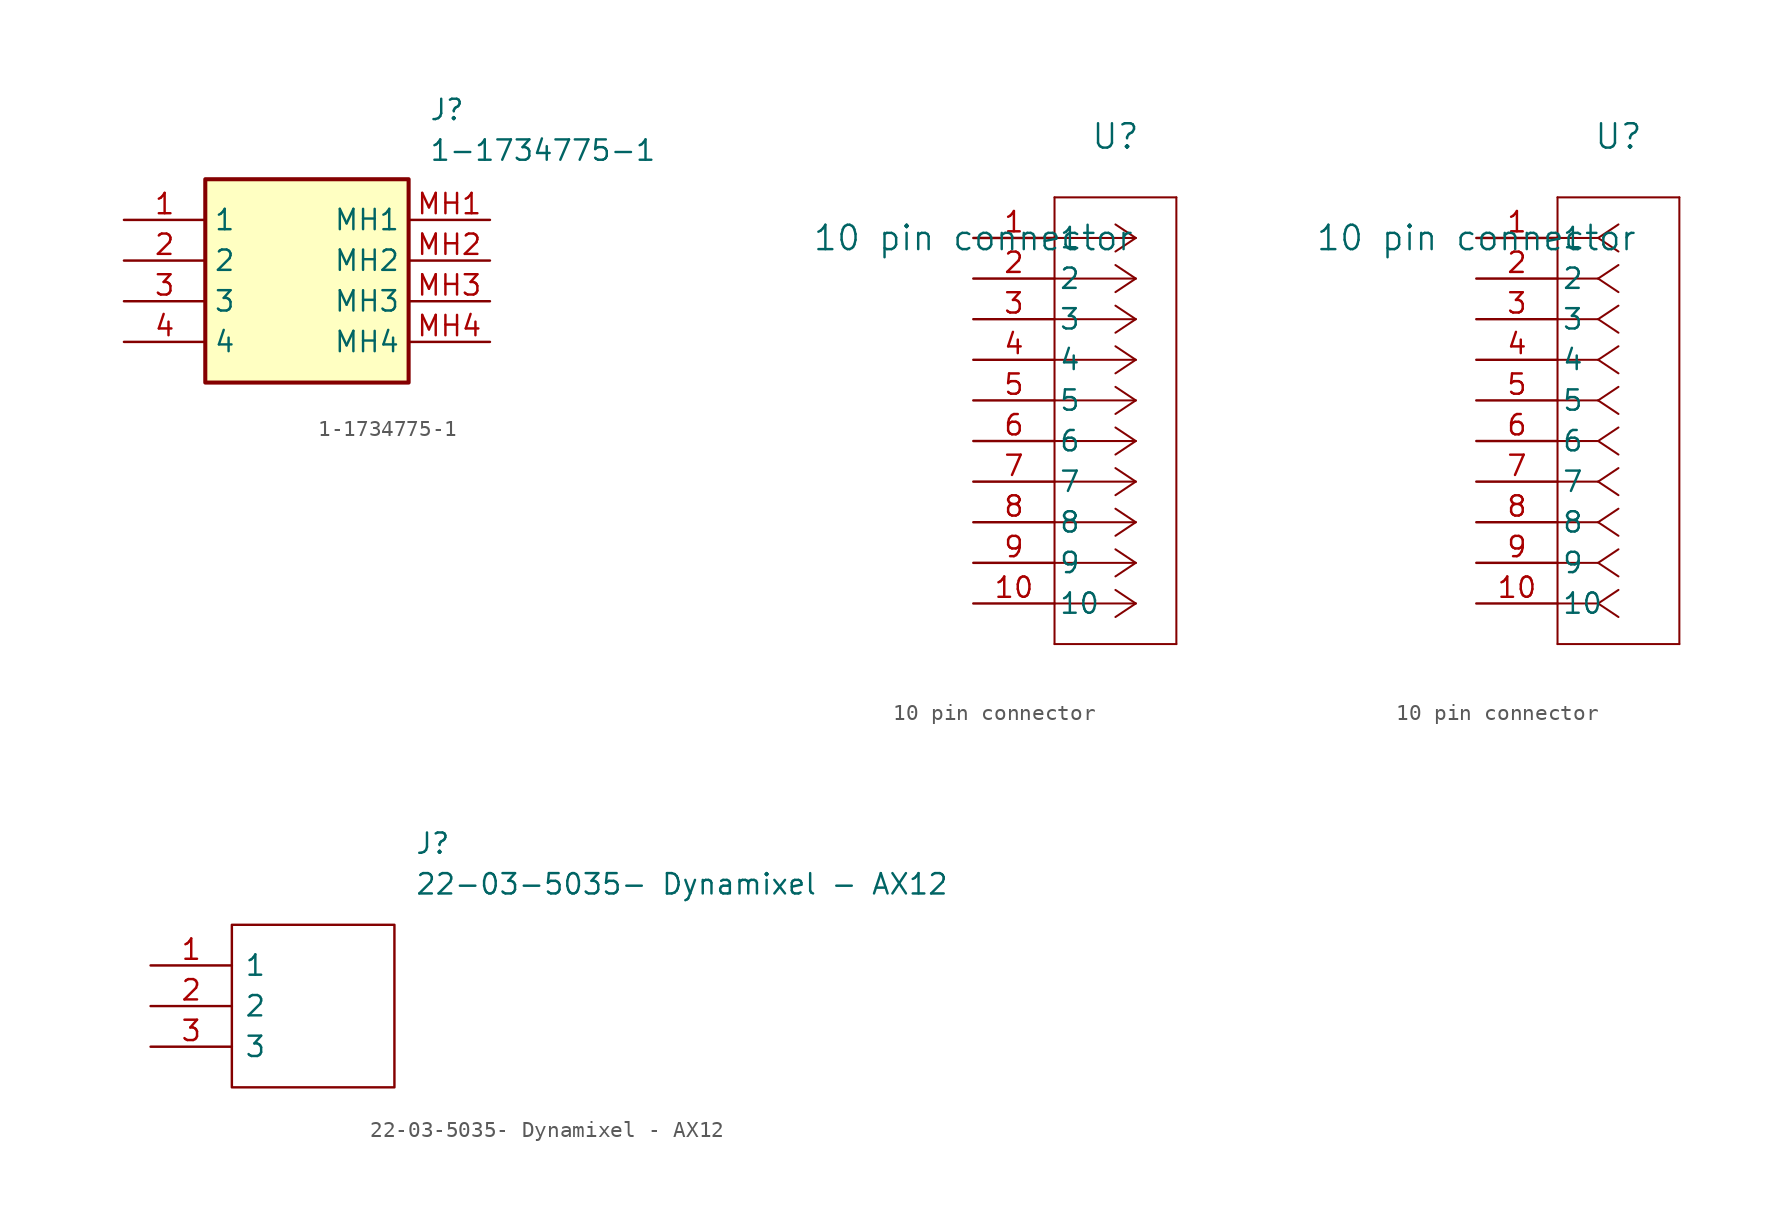
<source format=kicad_sym>
(kicad_symbol_lib
  (version 20231120)
  (generator "kicad_symbol_editor")
  (generator_version "8.0")
  (symbol "1-1734775-1"
    (property "Reference" "J"
      (at 19.05 7.62 0)
      (effects (font (size 1.27 1.27)) (justify left top)))
    (property "Value" "1-1734775-1"
      (at 19.05 5.08 0)
      (effects (font (size 1.27 1.27)) (justify left top)))
    (symbol "1-1734775-1_1_1"
      (rectangle (start 5.08 2.54) (end 17.78 -10.16) (stroke (width 0.254) (type default)) (fill (type background)))
      (pin passive line (at 0 0 0) (length 5.08) (name "1" (effects (font (size 1.27 1.27)))) (number "1" (effects (font (size 1.27 1.27)))))
      (pin passive line (at 0 -2.54 0) (length 5.08) (name "2" (effects (font (size 1.27 1.27)))) (number "2" (effects (font (size 1.27 1.27)))))
      (pin passive line (at 0 -5.08 0) (length 5.08) (name "3" (effects (font (size 1.27 1.27)))) (number "3" (effects (font (size 1.27 1.27)))))
      (pin passive line (at 0 -7.62 0) (length 5.08) (name "4" (effects (font (size 1.27 1.27)))) (number "4" (effects (font (size 1.27 1.27)))))
      (pin passive line (at 22.86 0 180) (length 5.08) (name "MH1" (effects (font (size 1.27 1.27)))) (number "MH1" (effects (font (size 1.27 1.27)))))
      (pin passive line (at 22.86 -2.54 180) (length 5.08) (name "MH2" (effects (font (size 1.27 1.27)))) (number "MH2" (effects (font (size 1.27 1.27)))))
      (pin passive line (at 22.86 -5.08 180) (length 5.08) (name "MH3" (effects (font (size 1.27 1.27)))) (number "MH3" (effects (font (size 1.27 1.27)))))
      (pin passive line (at 22.86 -7.62 180) (length 5.08) (name "MH4" (effects (font (size 1.27 1.27)))) (number "MH4" (effects (font (size 1.27 1.27)))))))
  (symbol "10 pin connector"
    (pin_names
      (offset 0.254))
    (property "Reference" "U"
      (at 8.89 6.35 0)
      (effects (font (size 1.524 1.524))))
    (property "Value" "10 pin connector"
      (at 0 0 0)
      (effects (font (size 1.524 1.524))))
    (property "ki_locked" ""
      (at 0 0 0)
      (effects (font (size 1.27 1.27))))
    (symbol "10 pin connector_1_1"
      (polyline (pts (xy 5.08 -25.4) (xy 12.7 -25.4)) (stroke (width 0.127) (type default)) (fill (type none)))
      (polyline (pts (xy 5.08 2.54) (xy 5.08 -25.4)) (stroke (width 0.127) (type default)) (fill (type none)))
      (polyline (pts (xy 10.16 -22.86) (xy 5.08 -22.86)) (stroke (width 0.127) (type default)) (fill (type none)))
      (polyline (pts (xy 10.16 -22.86) (xy 8.89 -23.707)) (stroke (width 0.127) (type default)) (fill (type none)))
      (polyline (pts (xy 10.16 -22.86) (xy 8.89 -22.013)) (stroke (width 0.127) (type default)) (fill (type none)))
      (polyline (pts (xy 10.16 -20.32) (xy 5.08 -20.32)) (stroke (width 0.127) (type default)) (fill (type none)))
      (polyline (pts (xy 10.16 -20.32) (xy 8.89 -21.167)) (stroke (width 0.127) (type default)) (fill (type none)))
      (polyline (pts (xy 10.16 -20.32) (xy 8.89 -19.473)) (stroke (width 0.127) (type default)) (fill (type none)))
      (polyline (pts (xy 10.16 -17.78) (xy 5.08 -17.78)) (stroke (width 0.127) (type default)) (fill (type none)))
      (polyline (pts (xy 10.16 -17.78) (xy 8.89 -18.627)) (stroke (width 0.127) (type default)) (fill (type none)))
      (polyline (pts (xy 10.16 -17.78) (xy 8.89 -16.933)) (stroke (width 0.127) (type default)) (fill (type none)))
      (polyline (pts (xy 10.16 -15.24) (xy 5.08 -15.24)) (stroke (width 0.127) (type default)) (fill (type none)))
      (polyline (pts (xy 10.16 -15.24) (xy 8.89 -16.087)) (stroke (width 0.127) (type default)) (fill (type none)))
      (polyline (pts (xy 10.16 -15.24) (xy 8.89 -14.393)) (stroke (width 0.127) (type default)) (fill (type none)))
      (polyline (pts (xy 10.16 -12.7) (xy 5.08 -12.7)) (stroke (width 0.127) (type default)) (fill (type none)))
      (polyline (pts (xy 10.16 -12.7) (xy 8.89 -13.547)) (stroke (width 0.127) (type default)) (fill (type none)))
      (polyline (pts (xy 10.16 -12.7) (xy 8.89 -11.853)) (stroke (width 0.127) (type default)) (fill (type none)))
      (polyline (pts (xy 10.16 -10.16) (xy 5.08 -10.16)) (stroke (width 0.127) (type default)) (fill (type none)))
      (polyline (pts (xy 10.16 -10.16) (xy 8.89 -11.007)) (stroke (width 0.127) (type default)) (fill (type none)))
      (polyline (pts (xy 10.16 -10.16) (xy 8.89 -9.313)) (stroke (width 0.127) (type default)) (fill (type none)))
      (polyline (pts (xy 10.16 -7.62) (xy 5.08 -7.62)) (stroke (width 0.127) (type default)) (fill (type none)))
      (polyline (pts (xy 10.16 -7.62) (xy 8.89 -8.467)) (stroke (width 0.127) (type default)) (fill (type none)))
      (polyline (pts (xy 10.16 -7.62) (xy 8.89 -6.773)) (stroke (width 0.127) (type default)) (fill (type none)))
      (polyline (pts (xy 10.16 -5.08) (xy 5.08 -5.08)) (stroke (width 0.127) (type default)) (fill (type none)))
      (polyline (pts (xy 10.16 -5.08) (xy 8.89 -5.927)) (stroke (width 0.127) (type default)) (fill (type none)))
      (polyline (pts (xy 10.16 -5.08) (xy 8.89 -4.233)) (stroke (width 0.127) (type default)) (fill (type none)))
      (polyline (pts (xy 10.16 -2.54) (xy 5.08 -2.54)) (stroke (width 0.127) (type default)) (fill (type none)))
      (polyline (pts (xy 10.16 -2.54) (xy 8.89 -3.387)) (stroke (width 0.127) (type default)) (fill (type none)))
      (polyline (pts (xy 10.16 -2.54) (xy 8.89 -1.693)) (stroke (width 0.127) (type default)) (fill (type none)))
      (polyline (pts (xy 10.16 0) (xy 5.08 0)) (stroke (width 0.127) (type default)) (fill (type none)))
      (polyline (pts (xy 10.16 0) (xy 8.89 -0.847)) (stroke (width 0.127) (type default)) (fill (type none)))
      (polyline (pts (xy 10.16 0) (xy 8.89 0.847)) (stroke (width 0.127) (type default)) (fill (type none)))
      (polyline (pts (xy 12.7 -25.4) (xy 12.7 2.54)) (stroke (width 0.127) (type default)) (fill (type none)))
      (polyline (pts (xy 12.7 2.54) (xy 5.08 2.54)) (stroke (width 0.127) (type default)) (fill (type none)))
      (pin unspecified line (at 0 0 0) (length 5.08) (name "1" (effects (font (size 1.27 1.27)))) (number "1" (effects (font (size 1.27 1.27)))))
      (pin unspecified line (at 0 -22.86 0) (length 5.08) (name "10" (effects (font (size 1.27 1.27)))) (number "10" (effects (font (size 1.27 1.27)))))
      (pin unspecified line (at 0 -2.54 0) (length 5.08) (name "2" (effects (font (size 1.27 1.27)))) (number "2" (effects (font (size 1.27 1.27)))))
      (pin unspecified line (at 0 -5.08 0) (length 5.08) (name "3" (effects (font (size 1.27 1.27)))) (number "3" (effects (font (size 1.27 1.27)))))
      (pin unspecified line (at 0 -7.62 0) (length 5.08) (name "4" (effects (font (size 1.27 1.27)))) (number "4" (effects (font (size 1.27 1.27)))))
      (pin unspecified line (at 0 -10.16 0) (length 5.08) (name "5" (effects (font (size 1.27 1.27)))) (number "5" (effects (font (size 1.27 1.27)))))
      (pin unspecified line (at 0 -12.7 0) (length 5.08) (name "6" (effects (font (size 1.27 1.27)))) (number "6" (effects (font (size 1.27 1.27)))))
      (pin unspecified line (at 0 -15.24 0) (length 5.08) (name "7" (effects (font (size 1.27 1.27)))) (number "7" (effects (font (size 1.27 1.27)))))
      (pin unspecified line (at 0 -17.78 0) (length 5.08) (name "8" (effects (font (size 1.27 1.27)))) (number "8" (effects (font (size 1.27 1.27)))))
      (pin unspecified line (at 0 -20.32 0) (length 5.08) (name "9" (effects (font (size 1.27 1.27)))) (number "9" (effects (font (size 1.27 1.27))))))
    (symbol "10 pin connector_1_2"
      (polyline (pts (xy 5.08 -25.4) (xy 12.7 -25.4)) (stroke (width 0.127) (type default)) (fill (type none)))
      (polyline (pts (xy 5.08 2.54) (xy 5.08 -25.4)) (stroke (width 0.127) (type default)) (fill (type none)))
      (polyline (pts (xy 7.62 -22.86) (xy 5.08 -22.86)) (stroke (width 0.127) (type default)) (fill (type none)))
      (polyline (pts (xy 7.62 -22.86) (xy 8.89 -23.707)) (stroke (width 0.127) (type default)) (fill (type none)))
      (polyline (pts (xy 7.62 -22.86) (xy 8.89 -22.013)) (stroke (width 0.127) (type default)) (fill (type none)))
      (polyline (pts (xy 7.62 -20.32) (xy 5.08 -20.32)) (stroke (width 0.127) (type default)) (fill (type none)))
      (polyline (pts (xy 7.62 -20.32) (xy 8.89 -21.167)) (stroke (width 0.127) (type default)) (fill (type none)))
      (polyline (pts (xy 7.62 -20.32) (xy 8.89 -19.473)) (stroke (width 0.127) (type default)) (fill (type none)))
      (polyline (pts (xy 7.62 -17.78) (xy 5.08 -17.78)) (stroke (width 0.127) (type default)) (fill (type none)))
      (polyline (pts (xy 7.62 -17.78) (xy 8.89 -18.627)) (stroke (width 0.127) (type default)) (fill (type none)))
      (polyline (pts (xy 7.62 -17.78) (xy 8.89 -16.933)) (stroke (width 0.127) (type default)) (fill (type none)))
      (polyline (pts (xy 7.62 -15.24) (xy 5.08 -15.24)) (stroke (width 0.127) (type default)) (fill (type none)))
      (polyline (pts (xy 7.62 -15.24) (xy 8.89 -16.087)) (stroke (width 0.127) (type default)) (fill (type none)))
      (polyline (pts (xy 7.62 -15.24) (xy 8.89 -14.393)) (stroke (width 0.127) (type default)) (fill (type none)))
      (polyline (pts (xy 7.62 -12.7) (xy 5.08 -12.7)) (stroke (width 0.127) (type default)) (fill (type none)))
      (polyline (pts (xy 7.62 -12.7) (xy 8.89 -13.547)) (stroke (width 0.127) (type default)) (fill (type none)))
      (polyline (pts (xy 7.62 -12.7) (xy 8.89 -11.853)) (stroke (width 0.127) (type default)) (fill (type none)))
      (polyline (pts (xy 7.62 -10.16) (xy 5.08 -10.16)) (stroke (width 0.127) (type default)) (fill (type none)))
      (polyline (pts (xy 7.62 -10.16) (xy 8.89 -11.007)) (stroke (width 0.127) (type default)) (fill (type none)))
      (polyline (pts (xy 7.62 -10.16) (xy 8.89 -9.313)) (stroke (width 0.127) (type default)) (fill (type none)))
      (polyline (pts (xy 7.62 -7.62) (xy 5.08 -7.62)) (stroke (width 0.127) (type default)) (fill (type none)))
      (polyline (pts (xy 7.62 -7.62) (xy 8.89 -8.467)) (stroke (width 0.127) (type default)) (fill (type none)))
      (polyline (pts (xy 7.62 -7.62) (xy 8.89 -6.773)) (stroke (width 0.127) (type default)) (fill (type none)))
      (polyline (pts (xy 7.62 -5.08) (xy 5.08 -5.08)) (stroke (width 0.127) (type default)) (fill (type none)))
      (polyline (pts (xy 7.62 -5.08) (xy 8.89 -5.927)) (stroke (width 0.127) (type default)) (fill (type none)))
      (polyline (pts (xy 7.62 -5.08) (xy 8.89 -4.233)) (stroke (width 0.127) (type default)) (fill (type none)))
      (polyline (pts (xy 7.62 -2.54) (xy 5.08 -2.54)) (stroke (width 0.127) (type default)) (fill (type none)))
      (polyline (pts (xy 7.62 -2.54) (xy 8.89 -3.387)) (stroke (width 0.127) (type default)) (fill (type none)))
      (polyline (pts (xy 7.62 -2.54) (xy 8.89 -1.693)) (stroke (width 0.127) (type default)) (fill (type none)))
      (polyline (pts (xy 7.62 0) (xy 5.08 0)) (stroke (width 0.127) (type default)) (fill (type none)))
      (polyline (pts (xy 7.62 0) (xy 8.89 -0.847)) (stroke (width 0.127) (type default)) (fill (type none)))
      (polyline (pts (xy 7.62 0) (xy 8.89 0.847)) (stroke (width 0.127) (type default)) (fill (type none)))
      (polyline (pts (xy 12.7 -25.4) (xy 12.7 2.54)) (stroke (width 0.127) (type default)) (fill (type none)))
      (polyline (pts (xy 12.7 2.54) (xy 5.08 2.54)) (stroke (width 0.127) (type default)) (fill (type none)))
      (pin unspecified line (at 0 0 0) (length 5.08) (name "1" (effects (font (size 1.27 1.27)))) (number "1" (effects (font (size 1.27 1.27)))))
      (pin unspecified line (at 0 -22.86 0) (length 5.08) (name "10" (effects (font (size 1.27 1.27)))) (number "10" (effects (font (size 1.27 1.27)))))
      (pin unspecified line (at 0 -2.54 0) (length 5.08) (name "2" (effects (font (size 1.27 1.27)))) (number "2" (effects (font (size 1.27 1.27)))))
      (pin unspecified line (at 0 -5.08 0) (length 5.08) (name "3" (effects (font (size 1.27 1.27)))) (number "3" (effects (font (size 1.27 1.27)))))
      (pin unspecified line (at 0 -7.62 0) (length 5.08) (name "4" (effects (font (size 1.27 1.27)))) (number "4" (effects (font (size 1.27 1.27)))))
      (pin unspecified line (at 0 -10.16 0) (length 5.08) (name "5" (effects (font (size 1.27 1.27)))) (number "5" (effects (font (size 1.27 1.27)))))
      (pin unspecified line (at 0 -12.7 0) (length 5.08) (name "6" (effects (font (size 1.27 1.27)))) (number "6" (effects (font (size 1.27 1.27)))))
      (pin unspecified line (at 0 -15.24 0) (length 5.08) (name "7" (effects (font (size 1.27 1.27)))) (number "7" (effects (font (size 1.27 1.27)))))
      (pin unspecified line (at 0 -17.78 0) (length 5.08) (name "8" (effects (font (size 1.27 1.27)))) (number "8" (effects (font (size 1.27 1.27)))))
      (pin unspecified line (at 0 -20.32 0) (length 5.08) (name "9" (effects (font (size 1.27 1.27)))) (number "9" (effects (font (size 1.27 1.27)))))))
  (symbol "22-03-5035- Dynamixel - AX12"
    (pin_names
      (offset 0.762))
    (property "Reference" "J"
      (at 16.51 7.62 0)
      (effects (font (size 1.27 1.27)) (justify left)))
    (property "Value" "22-03-5035- Dynamixel - AX12"
      (at 16.51 5.08 0)
      (effects (font (size 1.27 1.27)) (justify left)))
    (symbol "22-03-5035- Dynamixel - AX12_0_0"
      (pin passive line (at 0 0 0) (length 5.08) (name "1" (effects (font (size 1.27 1.27)))) (number "1" (effects (font (size 1.27 1.27)))))
      (pin passive line (at 0 -2.54 0) (length 5.08) (name "2" (effects (font (size 1.27 1.27)))) (number "2" (effects (font (size 1.27 1.27)))))
      (pin passive line (at 0 -5.08 0) (length 5.08) (name "3" (effects (font (size 1.27 1.27)))) (number "3" (effects (font (size 1.27 1.27))))))
    (symbol "22-03-5035- Dynamixel - AX12_0_1"
      (polyline (pts (xy 5.08 2.54) (xy 15.24 2.54) (xy 15.24 -7.62) (xy 5.08 -7.62) (xy 5.08 2.54)) (stroke (width 0.152) (type solid)) (fill (type none))))))
</source>
